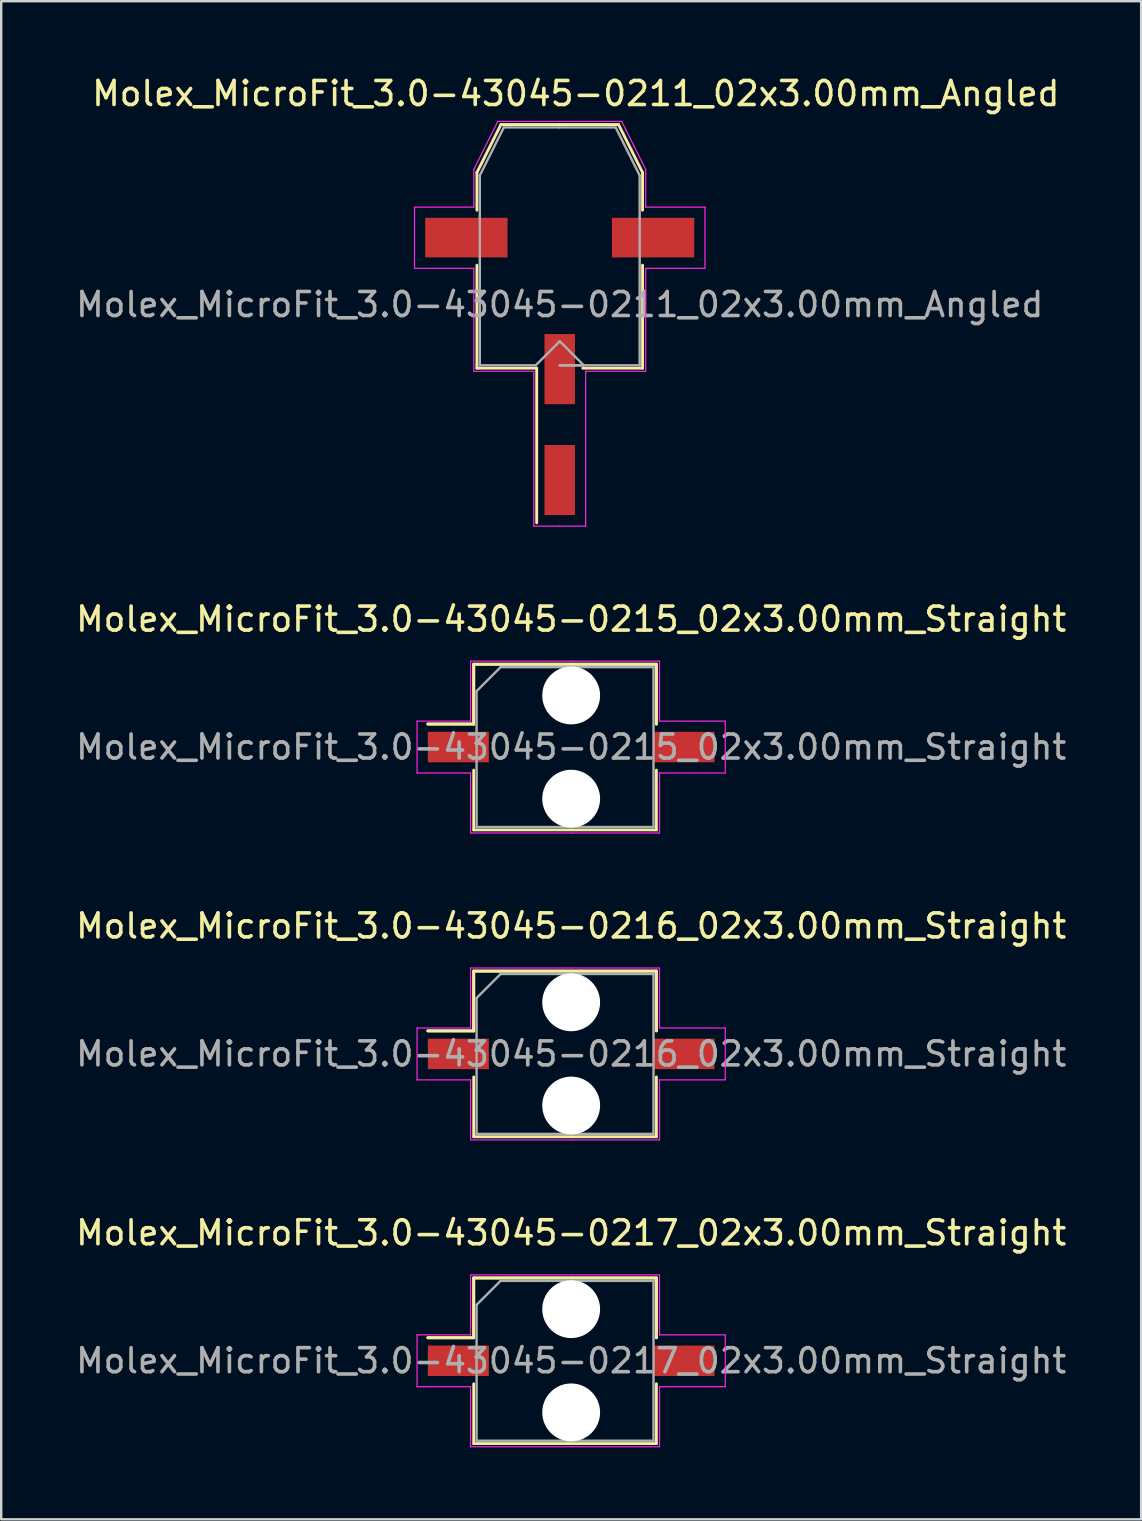
<source format=kicad_pcb>
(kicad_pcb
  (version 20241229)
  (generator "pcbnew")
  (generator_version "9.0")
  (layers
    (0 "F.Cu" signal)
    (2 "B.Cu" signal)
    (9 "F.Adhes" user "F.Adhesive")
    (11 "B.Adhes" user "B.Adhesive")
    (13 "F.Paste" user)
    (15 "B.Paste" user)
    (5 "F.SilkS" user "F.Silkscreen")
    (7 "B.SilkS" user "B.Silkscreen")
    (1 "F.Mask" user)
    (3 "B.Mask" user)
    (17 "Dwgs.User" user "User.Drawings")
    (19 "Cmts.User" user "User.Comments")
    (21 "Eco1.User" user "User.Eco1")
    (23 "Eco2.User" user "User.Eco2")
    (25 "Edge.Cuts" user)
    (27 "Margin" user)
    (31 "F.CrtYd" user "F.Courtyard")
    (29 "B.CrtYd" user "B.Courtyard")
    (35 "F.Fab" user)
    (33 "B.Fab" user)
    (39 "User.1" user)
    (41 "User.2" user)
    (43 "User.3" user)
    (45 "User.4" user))
  (footprint "Molex_MicroFit_3.0-43045-0215_02x3.00mm_Straight"
    (layer "F.Cu")
    (at 20.744 28.072)
    (property "Reference" "Molex_MicroFit_3.0-43045-0215_02x3.00mm_Straight" (at 0 -5.33 0) (layer "F.SilkS") (effects (font (size 1 1) (thickness 0.15))))
    (attr smd)
    (fp_line (start -5.97 -0.96) (end -4.06 -0.96) (stroke (width 0.12) (type solid)) (layer "F.SilkS"))
    (fp_line (start -5.97 -0.96) (end -4.06 -0.96) (stroke (width 0.12) (type solid)) (layer "F.SilkS"))
    (fp_line (start -4.06 -3.45) (end 3.55 -3.45) (stroke (width 0.12) (type solid)) (layer "F.SilkS"))
    (fp_line (start -4.06 -3.45) (end 3.55 -3.45) (stroke (width 0.12) (type solid)) (layer "F.SilkS"))
    (fp_line (start -4.06 -0.96) (end -4.06 -3.45) (stroke (width 0.12) (type solid)) (layer "F.SilkS"))
    (fp_line (start -4.06 -0.96) (end -4.06 -3.45) (stroke (width 0.12) (type solid)) (layer "F.SilkS"))
    (fp_line (start -4.06 3.45) (end -4.06 0.96) (stroke (width 0.12) (type solid)) (layer "F.SilkS"))
    (fp_line (start 3.55 -3.45) (end 3.55 -0.96) (stroke (width 0.12) (type solid)) (layer "F.SilkS"))
    (fp_line (start 3.55 -3.45) (end 3.55 -0.96) (stroke (width 0.12) (type solid)) (layer "F.SilkS"))
    (fp_line (start 3.55 0.96) (end 3.55 3.45) (stroke (width 0.12) (type solid)) (layer "F.SilkS"))
    (fp_line (start 3.55 3.45) (end -4.06 3.45) (stroke (width 0.12) (type solid)) (layer "F.SilkS"))
    (fp_line (start -6.42 -1.08) (end -4.19 -1.08) (stroke (width 0.05) (type solid)) (layer "F.CrtYd"))
    (fp_line (start -6.42 1.08) (end -6.42 -1.08) (stroke (width 0.05) (type solid)) (layer "F.CrtYd"))
    (fp_line (start -4.19 -3.58) (end 0 -3.58) (stroke (width 0.05) (type solid)) (layer "F.CrtYd"))
    (fp_line (start -4.19 -1.08) (end -4.19 -3.58) (stroke (width 0.05) (type solid)) (layer "F.CrtYd"))
    (fp_line (start -4.19 1.08) (end -6.42 1.08) (stroke (width 0.05) (type solid)) (layer "F.CrtYd"))
    (fp_line (start -4.19 3.58) (end -4.19 1.08) (stroke (width 0.05) (type solid)) (layer "F.CrtYd"))
    (fp_line (start 0 -3.58) (end 3.68 -3.58) (stroke (width 0.05) (type solid)) (layer "F.CrtYd"))
    (fp_line (start 0 3.58) (end -4.19 3.58) (stroke (width 0.05) (type solid)) (layer "F.CrtYd"))
    (fp_line (start 3.68 -3.58) (end 3.68 -1.08) (stroke (width 0.05) (type solid)) (layer "F.CrtYd"))
    (fp_line (start 3.68 -1.08) (end 6.42 -1.08) (stroke (width 0.05) (type solid)) (layer "F.CrtYd"))
    (fp_line (start 3.68 1.08) (end 3.68 3.58) (stroke (width 0.05) (type solid)) (layer "F.CrtYd"))
    (fp_line (start 3.68 3.58) (end 0 3.58) (stroke (width 0.05) (type solid)) (layer "F.CrtYd"))
    (fp_line (start 6.42 -1.08) (end 6.42 1.08) (stroke (width 0.05) (type solid)) (layer "F.CrtYd"))
    (fp_line (start 6.42 1.08) (end 3.68 1.08) (stroke (width 0.05) (type solid)) (layer "F.CrtYd"))
    (fp_line (start -3.94 -2.33) (end -2.94 -3.33) (stroke (width 0.1) (type solid)) (layer "F.Fab"))
    (fp_line (start -3.94 3.33) (end -3.94 -2.33) (stroke (width 0.1) (type solid)) (layer "F.Fab"))
    (fp_line (start -2.94 -3.33) (end 0 -3.33) (stroke (width 0.1) (type solid)) (layer "F.Fab"))
    (fp_line (start 0 -3.33) (end 3.43 -3.33) (stroke (width 0.1) (type solid)) (layer "F.Fab"))
    (fp_line (start 0 3.33) (end -3.94 3.33) (stroke (width 0.1) (type solid)) (layer "F.Fab"))
    (fp_line (start 3.43 -3.33) (end 3.43 3.33) (stroke (width 0.1) (type solid)) (layer "F.Fab"))
    (fp_line (start 3.43 3.33) (end 0 3.33) (stroke (width 0.1) (type solid)) (layer "F.Fab"))
    (fp_text user "${REFERENCE}" (at 0 0 0) (layer "F.Fab") (effects (font (size 1 1) (thickness 0.15))))
    (pad "" np_thru_hole circle (at 0 -2.15) (size 2.41 2.41) (drill 2.41) (layers "*.Cu"))
    (pad "" np_thru_hole circle (at 0 2.15) (size 2.41 2.41) (drill 2.41) (layers "*.Cu"))
    (pad "1" smd rect (at -4.7 0) (size 2.54 1.27) (layers "F.Cu" "F.Mask" "F.Paste"))
    (pad "2" smd rect (at 4.7 0) (size 2.54 1.27) (layers "F.Cu" "F.Mask" "F.Paste")))
  (footprint "Molex_MicroFit_3.0-43045-0217_02x3.00mm_Straight"
    (layer "F.Cu")
    (at 20.744 53.638)
    (property "Reference" "Molex_MicroFit_3.0-43045-0217_02x3.00mm_Straight" (at 0 -5.33 0) (layer "F.SilkS") (effects (font (size 1 1) (thickness 0.15))))
    (attr smd)
    (fp_line (start -5.97 -0.96) (end -4.06 -0.96) (stroke (width 0.12) (type solid)) (layer "F.SilkS"))
    (fp_line (start -5.97 -0.96) (end -4.06 -0.96) (stroke (width 0.12) (type solid)) (layer "F.SilkS"))
    (fp_line (start -4.06 -3.45) (end 3.55 -3.45) (stroke (width 0.12) (type solid)) (layer "F.SilkS"))
    (fp_line (start -4.06 -3.45) (end 3.55 -3.45) (stroke (width 0.12) (type solid)) (layer "F.SilkS"))
    (fp_line (start -4.06 -0.96) (end -4.06 -3.45) (stroke (width 0.12) (type solid)) (layer "F.SilkS"))
    (fp_line (start -4.06 -0.96) (end -4.06 -3.45) (stroke (width 0.12) (type solid)) (layer "F.SilkS"))
    (fp_line (start -4.06 3.45) (end -4.06 0.96) (stroke (width 0.12) (type solid)) (layer "F.SilkS"))
    (fp_line (start 3.55 -3.45) (end 3.55 -0.96) (stroke (width 0.12) (type solid)) (layer "F.SilkS"))
    (fp_line (start 3.55 -3.45) (end 3.55 -0.96) (stroke (width 0.12) (type solid)) (layer "F.SilkS"))
    (fp_line (start 3.55 0.96) (end 3.55 3.45) (stroke (width 0.12) (type solid)) (layer "F.SilkS"))
    (fp_line (start 3.55 3.45) (end -4.06 3.45) (stroke (width 0.12) (type solid)) (layer "F.SilkS"))
    (fp_line (start -6.42 -1.08) (end -4.19 -1.08) (stroke (width 0.05) (type solid)) (layer "F.CrtYd"))
    (fp_line (start -6.42 1.08) (end -6.42 -1.08) (stroke (width 0.05) (type solid)) (layer "F.CrtYd"))
    (fp_line (start -4.19 -3.58) (end 0 -3.58) (stroke (width 0.05) (type solid)) (layer "F.CrtYd"))
    (fp_line (start -4.19 -1.08) (end -4.19 -3.58) (stroke (width 0.05) (type solid)) (layer "F.CrtYd"))
    (fp_line (start -4.19 1.08) (end -6.42 1.08) (stroke (width 0.05) (type solid)) (layer "F.CrtYd"))
    (fp_line (start -4.19 3.58) (end -4.19 1.08) (stroke (width 0.05) (type solid)) (layer "F.CrtYd"))
    (fp_line (start 0 -3.58) (end 3.68 -3.58) (stroke (width 0.05) (type solid)) (layer "F.CrtYd"))
    (fp_line (start 0 3.58) (end -4.19 3.58) (stroke (width 0.05) (type solid)) (layer "F.CrtYd"))
    (fp_line (start 3.68 -3.58) (end 3.68 -1.08) (stroke (width 0.05) (type solid)) (layer "F.CrtYd"))
    (fp_line (start 3.68 -1.08) (end 6.42 -1.08) (stroke (width 0.05) (type solid)) (layer "F.CrtYd"))
    (fp_line (start 3.68 1.08) (end 3.68 3.58) (stroke (width 0.05) (type solid)) (layer "F.CrtYd"))
    (fp_line (start 3.68 3.58) (end 0 3.58) (stroke (width 0.05) (type solid)) (layer "F.CrtYd"))
    (fp_line (start 6.42 -1.08) (end 6.42 1.08) (stroke (width 0.05) (type solid)) (layer "F.CrtYd"))
    (fp_line (start 6.42 1.08) (end 3.68 1.08) (stroke (width 0.05) (type solid)) (layer "F.CrtYd"))
    (fp_line (start -3.94 -2.33) (end -2.94 -3.33) (stroke (width 0.1) (type solid)) (layer "F.Fab"))
    (fp_line (start -3.94 3.33) (end -3.94 -2.33) (stroke (width 0.1) (type solid)) (layer "F.Fab"))
    (fp_line (start -2.94 -3.33) (end 0 -3.33) (stroke (width 0.1) (type solid)) (layer "F.Fab"))
    (fp_line (start 0 -3.33) (end 3.43 -3.33) (stroke (width 0.1) (type solid)) (layer "F.Fab"))
    (fp_line (start 0 3.33) (end -3.94 3.33) (stroke (width 0.1) (type solid)) (layer "F.Fab"))
    (fp_line (start 3.43 -3.33) (end 3.43 3.33) (stroke (width 0.1) (type solid)) (layer "F.Fab"))
    (fp_line (start 3.43 3.33) (end 0 3.33) (stroke (width 0.1) (type solid)) (layer "F.Fab"))
    (fp_text user "${REFERENCE}" (at 0 0 0) (layer "F.Fab") (effects (font (size 1 1) (thickness 0.15))))
    (pad "" np_thru_hole circle (at 0 -2.15) (size 2.41 2.41) (drill 2.41) (layers "*.Cu"))
    (pad "" np_thru_hole circle (at 0 2.15) (size 2.41 2.41) (drill 2.41) (layers "*.Cu"))
    (pad "1" smd rect (at -4.7 0) (size 2.54 1.27) (layers "F.Cu" "F.Mask" "F.Paste"))
    (pad "2" smd rect (at 4.7 0) (size 2.54 1.27) (layers "F.Cu" "F.Mask" "F.Paste")))
  (footprint "Molex_MicroFit_3.0-43045-0216_02x3.00mm_Straight"
    (layer "F.Cu")
    (at 20.744 40.855)
    (property "Reference" "Molex_MicroFit_3.0-43045-0216_02x3.00mm_Straight" (at 0 -5.33 0) (layer "F.SilkS") (effects (font (size 1 1) (thickness 0.15))))
    (attr smd)
    (fp_line (start -5.97 -0.96) (end -4.06 -0.96) (stroke (width 0.12) (type solid)) (layer "F.SilkS"))
    (fp_line (start -5.97 -0.96) (end -4.06 -0.96) (stroke (width 0.12) (type solid)) (layer "F.SilkS"))
    (fp_line (start -4.06 -3.45) (end 3.55 -3.45) (stroke (width 0.12) (type solid)) (layer "F.SilkS"))
    (fp_line (start -4.06 -3.45) (end 3.55 -3.45) (stroke (width 0.12) (type solid)) (layer "F.SilkS"))
    (fp_line (start -4.06 -0.96) (end -4.06 -3.45) (stroke (width 0.12) (type solid)) (layer "F.SilkS"))
    (fp_line (start -4.06 -0.96) (end -4.06 -3.45) (stroke (width 0.12) (type solid)) (layer "F.SilkS"))
    (fp_line (start -4.06 3.45) (end -4.06 0.96) (stroke (width 0.12) (type solid)) (layer "F.SilkS"))
    (fp_line (start 3.55 -3.45) (end 3.55 -0.96) (stroke (width 0.12) (type solid)) (layer "F.SilkS"))
    (fp_line (start 3.55 -3.45) (end 3.55 -0.96) (stroke (width 0.12) (type solid)) (layer "F.SilkS"))
    (fp_line (start 3.55 0.96) (end 3.55 3.45) (stroke (width 0.12) (type solid)) (layer "F.SilkS"))
    (fp_line (start 3.55 3.45) (end -4.06 3.45) (stroke (width 0.12) (type solid)) (layer "F.SilkS"))
    (fp_line (start -6.42 -1.08) (end -4.19 -1.08) (stroke (width 0.05) (type solid)) (layer "F.CrtYd"))
    (fp_line (start -6.42 1.08) (end -6.42 -1.08) (stroke (width 0.05) (type solid)) (layer "F.CrtYd"))
    (fp_line (start -4.19 -3.58) (end 0 -3.58) (stroke (width 0.05) (type solid)) (layer "F.CrtYd"))
    (fp_line (start -4.19 -1.08) (end -4.19 -3.58) (stroke (width 0.05) (type solid)) (layer "F.CrtYd"))
    (fp_line (start -4.19 1.08) (end -6.42 1.08) (stroke (width 0.05) (type solid)) (layer "F.CrtYd"))
    (fp_line (start -4.19 3.58) (end -4.19 1.08) (stroke (width 0.05) (type solid)) (layer "F.CrtYd"))
    (fp_line (start 0 -3.58) (end 3.68 -3.58) (stroke (width 0.05) (type solid)) (layer "F.CrtYd"))
    (fp_line (start 0 3.58) (end -4.19 3.58) (stroke (width 0.05) (type solid)) (layer "F.CrtYd"))
    (fp_line (start 3.68 -3.58) (end 3.68 -1.08) (stroke (width 0.05) (type solid)) (layer "F.CrtYd"))
    (fp_line (start 3.68 -1.08) (end 6.42 -1.08) (stroke (width 0.05) (type solid)) (layer "F.CrtYd"))
    (fp_line (start 3.68 1.08) (end 3.68 3.58) (stroke (width 0.05) (type solid)) (layer "F.CrtYd"))
    (fp_line (start 3.68 3.58) (end 0 3.58) (stroke (width 0.05) (type solid)) (layer "F.CrtYd"))
    (fp_line (start 6.42 -1.08) (end 6.42 1.08) (stroke (width 0.05) (type solid)) (layer "F.CrtYd"))
    (fp_line (start 6.42 1.08) (end 3.68 1.08) (stroke (width 0.05) (type solid)) (layer "F.CrtYd"))
    (fp_line (start -3.94 -2.33) (end -2.94 -3.33) (stroke (width 0.1) (type solid)) (layer "F.Fab"))
    (fp_line (start -3.94 3.33) (end -3.94 -2.33) (stroke (width 0.1) (type solid)) (layer "F.Fab"))
    (fp_line (start -2.94 -3.33) (end 0 -3.33) (stroke (width 0.1) (type solid)) (layer "F.Fab"))
    (fp_line (start 0 -3.33) (end 3.43 -3.33) (stroke (width 0.1) (type solid)) (layer "F.Fab"))
    (fp_line (start 0 3.33) (end -3.94 3.33) (stroke (width 0.1) (type solid)) (layer "F.Fab"))
    (fp_line (start 3.43 -3.33) (end 3.43 3.33) (stroke (width 0.1) (type solid)) (layer "F.Fab"))
    (fp_line (start 3.43 3.33) (end 0 3.33) (stroke (width 0.1) (type solid)) (layer "F.Fab"))
    (fp_text user "${REFERENCE}" (at 0 0 0) (layer "F.Fab") (effects (font (size 1 1) (thickness 0.15))))
    (pad "" np_thru_hole circle (at 0 -2.15) (size 2.41 2.41) (drill 2.41) (layers "*.Cu"))
    (pad "" np_thru_hole circle (at 0 2.15) (size 2.41 2.41) (drill 2.41) (layers "*.Cu"))
    (pad "1" smd rect (at -4.7 0) (size 2.54 1.27) (layers "F.Cu" "F.Mask" "F.Paste"))
    (pad "2" smd rect (at 4.7 0) (size 2.54 1.27) (layers "F.Cu" "F.Mask" "F.Paste")))
  (footprint "Molex_MicroFit_3.0-43045-0211_02x3.00mm_Angled"
    (layer "F.Cu")
    (at 20.268 14.638)
    (property "Reference" "Molex_MicroFit_3.0-43045-0211_02x3.00mm_Angled" (at 0.67 -13.79 0) (layer "F.SilkS") (effects (font (size 1 1) (thickness 0.15))))
    (attr smd)
    (fp_line (start -3.45 -10.5) (end -3.45 -8.93) (stroke (width 0.12) (type solid)) (layer "F.SilkS"))
    (fp_line (start -3.45 -6.64) (end -3.45 -2.35) (stroke (width 0.12) (type solid)) (layer "F.SilkS"))
    (fp_line (start -3.45 -2.35) (end -0.96 -2.35) (stroke (width 0.12) (type solid)) (layer "F.SilkS"))
    (fp_line (start -2.45 -12.5) (end -3.45 -10.5) (stroke (width 0.12) (type solid)) (layer "F.SilkS"))
    (fp_line (start -0.96 -2.35) (end -0.96 4.09) (stroke (width 0.12) (type solid)) (layer "F.SilkS"))
    (fp_line (start 0 -12.5) (end -2.45 -12.5) (stroke (width 0.12) (type solid)) (layer "F.SilkS"))
    (fp_line (start 0 -12.5) (end 2.45 -12.5) (stroke (width 0.12) (type solid)) (layer "F.SilkS"))
    (fp_line (start 2.45 -12.5) (end 3.45 -10.5) (stroke (width 0.12) (type solid)) (layer "F.SilkS"))
    (fp_line (start 3.45 -10.5) (end 3.45 -8.93) (stroke (width 0.12) (type solid)) (layer "F.SilkS"))
    (fp_line (start 3.45 -6.64) (end 3.45 -2.35) (stroke (width 0.12) (type solid)) (layer "F.SilkS"))
    (fp_line (start 3.45 -2.35) (end 0.96 -2.35) (stroke (width 0.12) (type solid)) (layer "F.SilkS"))
    (fp_line (start -6.05 -9.06) (end -6.05 -6.51) (stroke (width 0.05) (type solid)) (layer "F.CrtYd"))
    (fp_line (start -6.05 -6.51) (end -3.58 -6.51) (stroke (width 0.05) (type solid)) (layer "F.CrtYd"))
    (fp_line (start -3.58 -10.63) (end -3.58 -9.06) (stroke (width 0.05) (type solid)) (layer "F.CrtYd"))
    (fp_line (start -3.58 -9.06) (end -6.05 -9.06) (stroke (width 0.05) (type solid)) (layer "F.CrtYd"))
    (fp_line (start -3.58 -6.51) (end -3.58 -2.22) (stroke (width 0.05) (type solid)) (layer "F.CrtYd"))
    (fp_line (start -3.58 -2.22) (end -1.08 -2.22) (stroke (width 0.05) (type solid)) (layer "F.CrtYd"))
    (fp_line (start -2.58 -12.63) (end -3.58 -10.63) (stroke (width 0.05) (type solid)) (layer "F.CrtYd"))
    (fp_line (start -1.08 -2.22) (end -1.08 4.23) (stroke (width 0.05) (type solid)) (layer "F.CrtYd"))
    (fp_line (start -1.08 4.23) (end 0 4.23) (stroke (width 0.05) (type solid)) (layer "F.CrtYd"))
    (fp_line (start 0 -12.63) (end -2.58 -12.63) (stroke (width 0.05) (type solid)) (layer "F.CrtYd"))
    (fp_line (start 0 -12.63) (end 2.58 -12.63) (stroke (width 0.05) (type solid)) (layer "F.CrtYd"))
    (fp_line (start 1.08 -2.22) (end 1.08 4.23) (stroke (width 0.05) (type solid)) (layer "F.CrtYd"))
    (fp_line (start 1.08 4.23) (end 0 4.23) (stroke (width 0.05) (type solid)) (layer "F.CrtYd"))
    (fp_line (start 2.58 -12.63) (end 3.58 -10.63) (stroke (width 0.05) (type solid)) (layer "F.CrtYd"))
    (fp_line (start 3.58 -10.63) (end 3.58 -9.06) (stroke (width 0.05) (type solid)) (layer "F.CrtYd"))
    (fp_line (start 3.58 -9.06) (end 6.05 -9.06) (stroke (width 0.05) (type solid)) (layer "F.CrtYd"))
    (fp_line (start 3.58 -6.51) (end 3.58 -2.22) (stroke (width 0.05) (type solid)) (layer "F.CrtYd"))
    (fp_line (start 3.58 -2.22) (end 1.08 -2.22) (stroke (width 0.05) (type solid)) (layer "F.CrtYd"))
    (fp_line (start 6.05 -9.06) (end 6.05 -6.51) (stroke (width 0.05) (type solid)) (layer "F.CrtYd"))
    (fp_line (start 6.05 -6.51) (end 3.58 -6.51) (stroke (width 0.05) (type solid)) (layer "F.CrtYd"))
    (fp_line (start -3.33 -10.38) (end -3.33 -8.61) (stroke (width 0.1) (type solid)) (layer "F.Fab"))
    (fp_line (start -3.33 -8.61) (end -3.33 -2.47) (stroke (width 0.1) (type solid)) (layer "F.Fab"))
    (fp_line (start -3.33 -2.47) (end -1 -2.47) (stroke (width 0.1) (type solid)) (layer "F.Fab"))
    (fp_line (start -2.33 -12.38) (end -3.33 -10.38) (stroke (width 0.1) (type solid)) (layer "F.Fab"))
    (fp_line (start -1 -2.47) (end 0 -3.47) (stroke (width 0.1) (type solid)) (layer "F.Fab"))
    (fp_line (start 0 -12.38) (end -2.33 -12.38) (stroke (width 0.1) (type solid)) (layer "F.Fab"))
    (fp_line (start 0 -12.38) (end 2.33 -12.38) (stroke (width 0.1) (type solid)) (layer "F.Fab"))
    (fp_line (start 0 -3.47) (end 1 -2.47) (stroke (width 0.1) (type solid)) (layer "F.Fab"))
    (fp_line (start 0.64 -2.47) (end 0 -2.47) (stroke (width 0.1) (type solid)) (layer "F.Fab"))
    (fp_line (start 1 -2.47) (end 0 -2.47) (stroke (width 0.1) (type solid)) (layer "F.Fab"))
    (fp_line (start 2.33 -12.38) (end 3.33 -10.38) (stroke (width 0.1) (type solid)) (layer "F.Fab"))
    (fp_line (start 3.33 -10.38) (end 3.33 -8.61) (stroke (width 0.1) (type solid)) (layer "F.Fab"))
    (fp_line (start 3.33 -8.61) (end 3.33 -2.47) (stroke (width 0.1) (type solid)) (layer "F.Fab"))
    (fp_line (start 3.33 -2.47) (end 0.64 -2.47) (stroke (width 0.1) (type solid)) (layer "F.Fab"))
    (fp_text user "${REFERENCE}" (at 0 -5 0) (layer "F.Fab") (effects (font (size 1 1) (thickness 0.15))))
    (pad "" smd rect (at -3.89 -7.79) (size 3.43 1.65) (layers "F.Cu" "F.Mask" "F.Paste"))
    (pad "" smd rect (at 3.89 -7.79) (size 3.43 1.65) (layers "F.Cu" "F.Mask" "F.Paste"))
    (pad "1" smd rect (at 0 -2.31) (size 1.27 2.92) (layers "F.Cu" "F.Mask" "F.Paste"))
    (pad "2" smd rect (at 0 2.31) (size 1.27 2.92) (layers "F.Cu" "F.Mask" "F.Paste")))
  (gr_rect
    (start -3 -3)
    (end 44.488 60.243)
    (stroke (width 0.1) (type default))
    (fill no)
    (layer "Edge.Cuts")))
</source>
